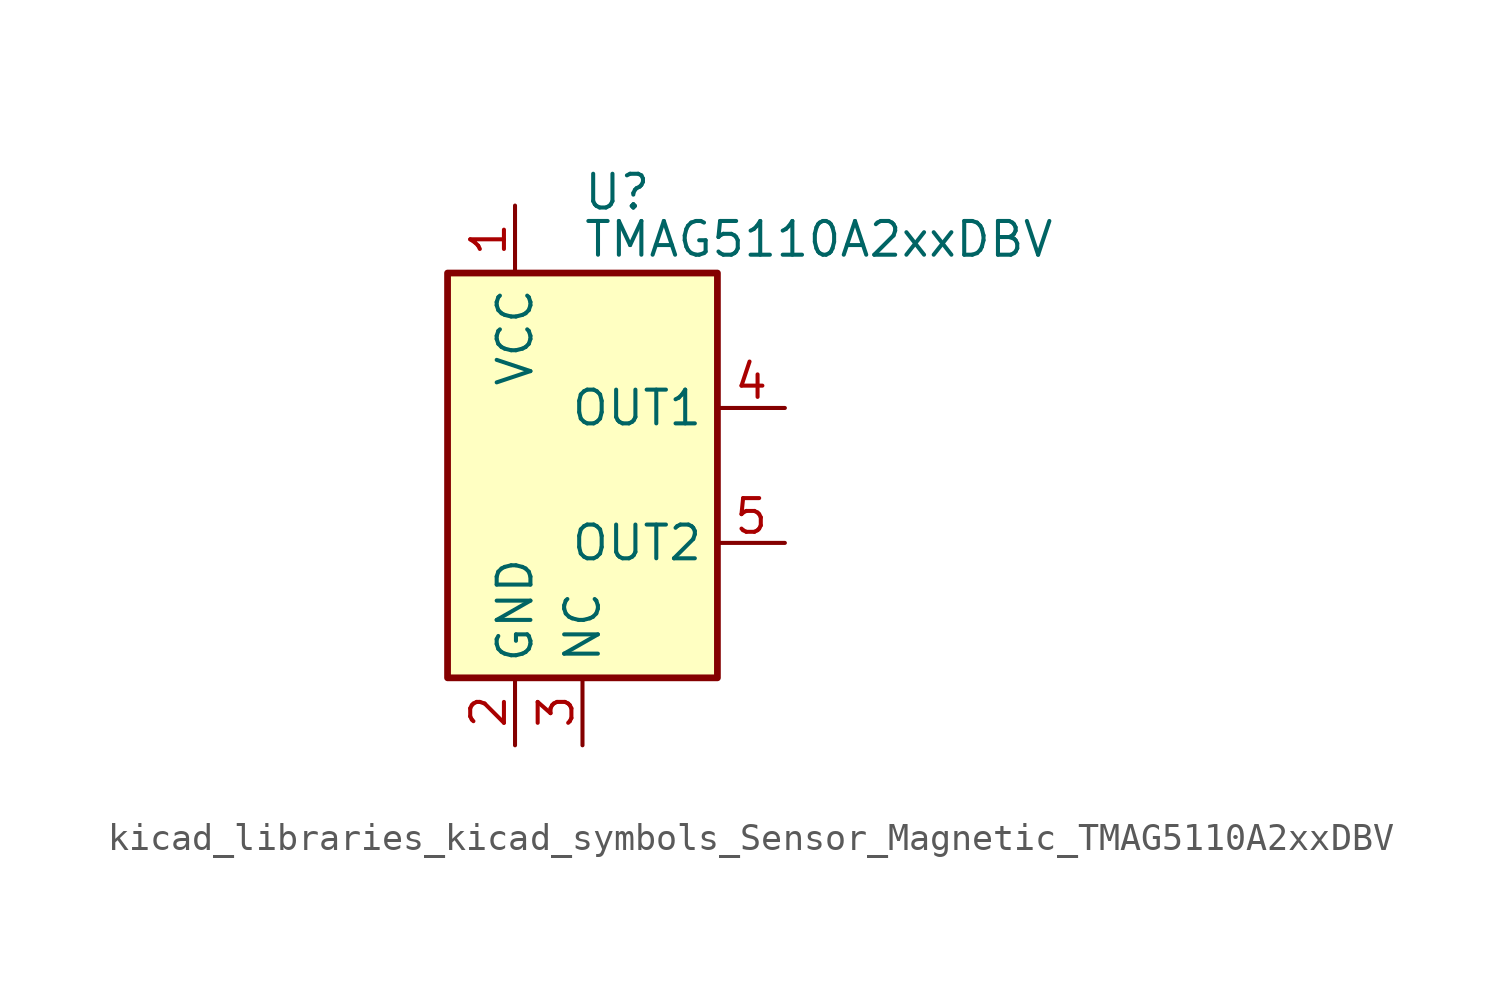
<source format=kicad_sym>
(kicad_symbol_lib
  (version 20220914)
  (generator kicad_symbol_editor)
  (symbol "kicad_libraries_kicad_symbols_Sensor_Magnetic_TMAG5110A2xxDBV"
    (property "Reference" "U"
      (at 0 10.668 0)
      (effects (font (size 1.27 1.27)) (justify left)))
    (property "Value" "TMAG5110A2xxDBV"
      (at 0 8.89 0)
      (effects (font (size 1.27 1.27)) (justify left)))
    (symbol "kicad_libraries_kicad_symbols_Sensor_Magnetic_TMAG5110A2xxDBV_0_0"
      (pin passive line (at 0 -10.16 90) (length 2.54) (name "NC" (effects (font (size 1.27 1.27)))) (number "3" (effects (font (size 1.27 1.27)))))
      (pin open_collector line (at 7.62 -2.54 180) (length 2.54) (name "OUT2" (effects (font (size 1.27 1.27)))) (number "5" (effects (font (size 1.27 1.27))))))
    (symbol "kicad_libraries_kicad_symbols_Sensor_Magnetic_TMAG5110A2xxDBV_0_1"
      (rectangle (start -5.08 7.62) (end 5.08 -7.62) (stroke (width 0.254) (type default)) (fill (type background))))
    (symbol "kicad_libraries_kicad_symbols_Sensor_Magnetic_TMAG5110A2xxDBV_1_1"
      (pin power_in line (at -2.54 10.16 270) (length 2.54) (name "VCC" (effects (font (size 1.27 1.27)))) (number "1" (effects (font (size 1.27 1.27)))))
      (pin power_in line (at -2.54 -10.16 90) (length 2.54) (name "GND" (effects (font (size 1.27 1.27)))) (number "2" (effects (font (size 1.27 1.27)))))
      (pin open_collector line (at 7.62 2.54 180) (length 2.54) (name "OUT1" (effects (font (size 1.27 1.27)))) (number "4" (effects (font (size 1.27 1.27))))))))
</source>
